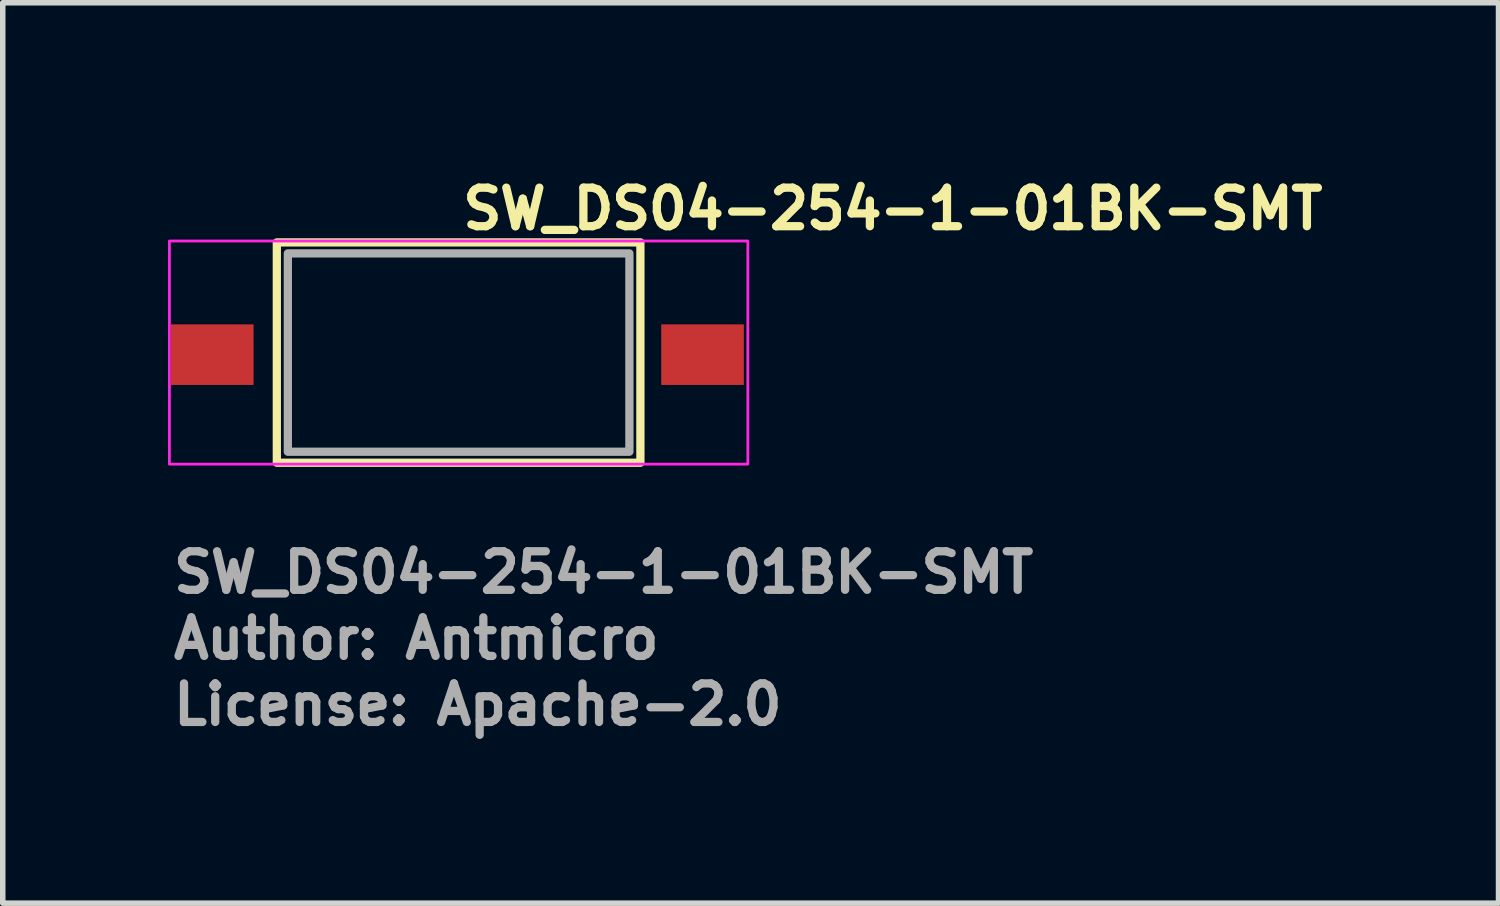
<source format=kicad_pcb>
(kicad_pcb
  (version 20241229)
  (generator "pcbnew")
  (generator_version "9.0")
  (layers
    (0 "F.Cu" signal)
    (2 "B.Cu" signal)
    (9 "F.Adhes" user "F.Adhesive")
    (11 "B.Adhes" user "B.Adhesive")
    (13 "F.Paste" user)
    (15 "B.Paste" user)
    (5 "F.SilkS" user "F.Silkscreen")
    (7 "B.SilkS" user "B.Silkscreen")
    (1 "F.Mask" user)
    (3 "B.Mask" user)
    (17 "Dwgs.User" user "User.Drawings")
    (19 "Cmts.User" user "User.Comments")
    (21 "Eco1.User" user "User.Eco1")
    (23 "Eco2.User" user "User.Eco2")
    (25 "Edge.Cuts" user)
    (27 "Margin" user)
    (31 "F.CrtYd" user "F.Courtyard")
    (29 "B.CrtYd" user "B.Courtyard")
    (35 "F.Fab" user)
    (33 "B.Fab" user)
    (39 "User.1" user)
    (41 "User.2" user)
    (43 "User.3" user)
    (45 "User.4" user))
  (footprint "SW_DS04-254-1-01BK-SMT"
    (layer "F.Cu")
    (at 5.275 3.35)
    (property "Reference" "SW_DS04-254-1-01BK-SMT" (at 0 -2.2 0) (layer "F.SilkS") (effects (font (size 0.7 0.7) (thickness 0.15)) (justify left bottom)))
    (attr smd)
    (fp_rect (start -3.3 -2) (end 3.3 2) (stroke (width 0.15) (type solid)) (fill no) (layer "F.SilkS"))
    (fp_rect (start -5.25 -2.025) (end 5.25 2.025) (stroke (width 0.05) (type solid)) (fill no) (layer "F.CrtYd"))
    (fp_rect (start -3.1 -1.8) (end 3.1 1.8) (stroke (width 0.15) (type solid)) (fill no) (layer "F.Fab"))
    (fp_rect (start -4.951 -1.77) (end 4.95 1.769) (stroke (width 0.1) (type solid)) (fill no) (layer "User.5"))
    (fp_line (start -4.951 -0.251) (end -4.951 0.249) (stroke (width 0.02) (type solid)) (layer "User.9"))
    (fp_line (start -4.951 -0.251) (end -4.295 -0.251) (stroke (width 0.02) (type solid)) (layer "User.9"))
    (fp_line (start -4.951 0.249) (end -4.295 0.249) (stroke (width 0.02) (type solid)) (layer "User.9"))
    (fp_line (start -4.295 -0.251) (end -4.16 -0.251) (stroke (width 0.02) (type solid)) (layer "User.9"))
    (fp_line (start -4.16 -0.251) (end -4.159 -0.251) (stroke (width 0.02) (type solid)) (layer "User.9"))
    (fp_line (start -4.16 -0.251) (end -4.158 -0.251) (stroke (width 0.02) (type solid)) (layer "User.9"))
    (fp_line (start -4.16 -0.251) (end -4.152 -0.251) (stroke (width 0.02) (type solid)) (layer "User.9"))
    (fp_line (start -4.16 0.249) (end -4.295 0.249) (stroke (width 0.02) (type solid)) (layer "User.9"))
    (fp_line (start -4.159 -0.251) (end -4.151 -0.251) (stroke (width 0.02) (type solid)) (layer "User.9"))
    (fp_line (start -4.158 -0.251) (end -4.159 -0.251) (stroke (width 0.02) (type solid)) (layer "User.9"))
    (fp_line (start -4.157 0.249) (end -4.161 0.249) (stroke (width 0.02) (type solid)) (layer "User.9"))
    (fp_line (start -4.152 -0.251) (end -4.145 -0.251) (stroke (width 0.02) (type solid)) (layer "User.9"))
    (fp_line (start -4.152 0.249) (end -4.157 0.249) (stroke (width 0.02) (type solid)) (layer "User.9"))
    (fp_line (start -4.151 -0.251) (end -4.144 -0.251) (stroke (width 0.02) (type solid)) (layer "User.9"))
    (fp_line (start -4.149 0.249) (end -4.152 0.249) (stroke (width 0.02) (type solid)) (layer "User.9"))
    (fp_line (start -4.145 -0.251) (end -4.139 -0.251) (stroke (width 0.02) (type solid)) (layer "User.9"))
    (fp_line (start -4.145 0.249) (end -4.149 0.249) (stroke (width 0.02) (type solid)) (layer "User.9"))
    (fp_line (start -4.144 -0.251) (end -4.138 -0.251) (stroke (width 0.02) (type solid)) (layer "User.9"))
    (fp_line (start -4.142 0.249) (end -4.145 0.249) (stroke (width 0.02) (type solid)) (layer "User.9"))
    (fp_line (start -4.139 -0.251) (end -4.136 -0.251) (stroke (width 0.02) (type solid)) (layer "User.9"))
    (fp_line (start -4.139 0.25) (end -4.142 0.249) (stroke (width 0.02) (type solid)) (layer "User.9"))
    (fp_line (start -4.138 -0.251) (end -4.135 -0.252) (stroke (width 0.02) (type solid)) (layer "User.9"))
    (fp_line (start -4.136 -0.251) (end -4.133 -0.252) (stroke (width 0.02) (type solid)) (layer "User.9"))
    (fp_line (start -4.136 0.25) (end -4.139 0.25) (stroke (width 0.02) (type solid)) (layer "User.9"))
    (fp_line (start -4.135 -0.252) (end -4.132 -0.252) (stroke (width 0.02) (type solid)) (layer "User.9"))
    (fp_line (start -4.133 -0.252) (end -4.13 -0.253) (stroke (width 0.02) (type solid)) (layer "User.9"))
    (fp_line (start -4.133 0.251) (end -4.136 0.25) (stroke (width 0.02) (type solid)) (layer "User.9"))
    (fp_line (start -4.132 -0.252) (end -4.129 -0.253) (stroke (width 0.02) (type solid)) (layer "User.9"))
    (fp_line (start -4.13 -0.253) (end -4.127 -0.254) (stroke (width 0.02) (type solid)) (layer "User.9"))
    (fp_line (start -4.13 0.252) (end -4.133 0.251) (stroke (width 0.02) (type solid)) (layer "User.9"))
    (fp_line (start -4.129 -0.253) (end -4.127 -0.254) (stroke (width 0.02) (type solid)) (layer "User.9"))
    (fp_line (start -4.127 -0.254) (end -4.125 -0.255) (stroke (width 0.02) (type solid)) (layer "User.9"))
    (fp_line (start -4.127 -0.254) (end -4.124 -0.255) (stroke (width 0.02) (type solid)) (layer "User.9"))
    (fp_line (start -4.127 0.253) (end -4.13 0.252) (stroke (width 0.02) (type solid)) (layer "User.9"))
    (fp_line (start -4.125 -0.255) (end -4.122 -0.256) (stroke (width 0.02) (type solid)) (layer "User.9"))
    (fp_line (start -4.125 0.254) (end -4.127 0.253) (stroke (width 0.02) (type solid)) (layer "User.9"))
    (fp_line (start -4.124 -0.255) (end -4.122 -0.256) (stroke (width 0.02) (type solid)) (layer "User.9"))
    (fp_line (start -4.122 -0.256) (end -4.121 -0.257) (stroke (width 0.02) (type solid)) (layer "User.9"))
    (fp_line (start -4.122 -0.256) (end -4.12 -0.257) (stroke (width 0.02) (type solid)) (layer "User.9"))
    (fp_line (start -4.122 0.255) (end -4.125 0.254) (stroke (width 0.02) (type solid)) (layer "User.9"))
    (fp_line (start -4.121 -0.257) (end -4.119 -0.258) (stroke (width 0.02) (type solid)) (layer "User.9"))
    (fp_line (start -4.121 0.256) (end -4.122 0.255) (stroke (width 0.02) (type solid)) (layer "User.9"))
    (fp_line (start -4.12 -0.257) (end -4.118 -0.258) (stroke (width 0.02) (type solid)) (layer "User.9"))
    (fp_line (start -4.119 -0.258) (end -4.116 -0.259) (stroke (width 0.02) (type solid)) (layer "User.9"))
    (fp_line (start -4.119 0.257) (end -4.121 0.256) (stroke (width 0.02) (type solid)) (layer "User.9"))
    (fp_line (start -4.118 -0.258) (end -4.116 -0.26) (stroke (width 0.02) (type solid)) (layer "User.9"))
    (fp_line (start -4.116 -0.26) (end -4.114 -0.261) (stroke (width 0.02) (type solid)) (layer "User.9"))
    (fp_line (start -4.116 -0.259) (end -4.114 -0.261) (stroke (width 0.02) (type solid)) (layer "User.9"))
    (fp_line (start -4.116 0.258) (end -4.119 0.257) (stroke (width 0.02) (type solid)) (layer "User.9"))
    (fp_line (start -4.114 -0.261) (end -4.112 -0.263) (stroke (width 0.02) (type solid)) (layer "User.9"))
    (fp_line (start -4.114 -0.261) (end -4.112 -0.262) (stroke (width 0.02) (type solid)) (layer "User.9"))
    (fp_line (start -4.114 0.26) (end -4.116 0.258) (stroke (width 0.02) (type solid)) (layer "User.9"))
    (fp_line (start -4.112 -0.263) (end -4.11 -0.264) (stroke (width 0.02) (type solid)) (layer "User.9"))
    (fp_line (start -4.112 -0.262) (end -4.111 -0.264) (stroke (width 0.02) (type solid)) (layer "User.9"))
    (fp_line (start -4.112 0.262) (end -4.114 0.26) (stroke (width 0.02) (type solid)) (layer "User.9"))
    (fp_line (start -4.111 -0.264) (end -4.109 -0.266) (stroke (width 0.02) (type solid)) (layer "User.9"))
    (fp_line (start -4.111 0.264) (end -4.112 0.262) (stroke (width 0.02) (type solid)) (layer "User.9"))
    (fp_line (start -4.11 -0.264) (end -4.109 -0.266) (stroke (width 0.02) (type solid)) (layer "User.9"))
    (fp_line (start -4.109 -0.266) (end -4.107 -0.268) (stroke (width 0.02) (type solid)) (layer "User.9"))
    (fp_line (start -4.109 -0.266) (end -4.107 -0.268) (stroke (width 0.02) (type solid)) (layer "User.9"))
    (fp_line (start -4.109 0.266) (end -4.111 0.264) (stroke (width 0.02) (type solid)) (layer "User.9"))
    (fp_line (start -4.107 -0.268) (end -4.106 -0.27) (stroke (width 0.02) (type solid)) (layer "User.9"))
    (fp_line (start -4.107 -0.268) (end -4.106 -0.27) (stroke (width 0.02) (type solid)) (layer "User.9"))
    (fp_line (start -4.107 0.268) (end -4.109 0.266) (stroke (width 0.02) (type solid)) (layer "User.9"))
    (fp_line (start -4.106 -0.27) (end -4.104 -0.272) (stroke (width 0.02) (type solid)) (layer "User.9"))
    (fp_line (start -4.106 -0.27) (end -4.104 -0.272) (stroke (width 0.02) (type solid)) (layer "User.9"))
    (fp_line (start -4.106 0.27) (end -4.107 0.268) (stroke (width 0.02) (type solid)) (layer "User.9"))
    (fp_line (start -4.104 -0.272) (end -4.103 -0.274) (stroke (width 0.02) (type solid)) (layer "User.9"))
    (fp_line (start -4.104 -0.272) (end -4.103 -0.274) (stroke (width 0.02) (type solid)) (layer "User.9"))
    (fp_line (start -4.104 0.272) (end -4.106 0.27) (stroke (width 0.02) (type solid)) (layer "User.9"))
    (fp_line (start -4.103 -0.274) (end -4.102 -0.277) (stroke (width 0.02) (type solid)) (layer "User.9"))
    (fp_line (start -4.103 -0.274) (end -4.102 -0.276) (stroke (width 0.02) (type solid)) (layer "User.9"))
    (fp_line (start -4.103 0.274) (end -4.104 0.272) (stroke (width 0.02) (type solid)) (layer "User.9"))
    (fp_line (start -4.102 -0.277) (end -4.101 -0.279) (stroke (width 0.02) (type solid)) (layer "User.9"))
    (fp_line (start -4.102 -0.276) (end -4.101 -0.279) (stroke (width 0.02) (type solid)) (layer "User.9"))
    (fp_line (start -4.102 0.276) (end -4.103 0.274) (stroke (width 0.02) (type solid)) (layer "User.9"))
    (fp_line (start -4.101 -0.279) (end -4.1 -0.282) (stroke (width 0.02) (type solid)) (layer "User.9"))
    (fp_line (start -4.101 -0.279) (end -4.1 -0.281) (stroke (width 0.02) (type solid)) (layer "User.9"))
    (fp_line (start -4.101 0.278) (end -4.102 0.276) (stroke (width 0.02) (type solid)) (layer "User.9"))
    (fp_line (start -4.1 -0.282) (end -4.099 -0.285) (stroke (width 0.02) (type solid)) (layer "User.9"))
    (fp_line (start -4.1 -0.281) (end -4.099 -0.285) (stroke (width 0.02) (type solid)) (layer "User.9"))
    (fp_line (start -4.1 0.28) (end -4.101 0.278) (stroke (width 0.02) (type solid)) (layer "User.9"))
    (fp_line (start -4.099 -0.285) (end -4.098 -0.288) (stroke (width 0.02) (type solid)) (layer "User.9"))
    (fp_line (start -4.099 -0.285) (end -4.098 -0.288) (stroke (width 0.02) (type solid)) (layer "User.9"))
    (fp_line (start -4.099 0.283) (end -4.1 0.28) (stroke (width 0.02) (type solid)) (layer "User.9"))
    (fp_line (start -4.098 -0.288) (end -4.097 -0.291) (stroke (width 0.02) (type solid)) (layer "User.9"))
    (fp_line (start -4.098 -0.288) (end -4.097 -0.291) (stroke (width 0.02) (type solid)) (layer "User.9"))
    (fp_line (start -4.098 0.286) (end -4.099 0.283) (stroke (width 0.02) (type solid)) (layer "User.9"))
    (fp_line (start -4.097 -0.294) (end -4.096 -0.3) (stroke (width 0.02) (type solid)) (layer "User.9"))
    (fp_line (start -4.097 -0.294) (end -4.096 -0.3) (stroke (width 0.02) (type solid)) (layer "User.9"))
    (fp_line (start -4.097 -0.291) (end -4.097 -0.294) (stroke (width 0.02) (type solid)) (layer "User.9"))
    (fp_line (start -4.097 -0.291) (end -4.097 -0.294) (stroke (width 0.02) (type solid)) (layer "User.9"))
    (fp_line (start -4.097 0.289) (end -4.098 0.286) (stroke (width 0.02) (type solid)) (layer "User.9"))
    (fp_line (start -4.097 0.292) (end -4.097 0.289) (stroke (width 0.02) (type solid)) (layer "User.9"))
    (fp_line (start -4.096 0.296) (end -4.097 0.292) (stroke (width 0.02) (type solid)) (layer "User.9"))
    (fp_line (start -4.096 0.299) (end -4.096 0.296) (stroke (width 0.02) (type solid)) (layer "User.9"))
    (fp_line (start -4.096 0.299) (end -4.095 0.31) (stroke (width 0.02) (type solid)) (layer "User.9"))
    (fp_line (start -4.095 -0.311) (end -4.096 -0.3) (stroke (width 0.02) (type solid)) (layer "User.9"))
    (fp_line (start -4.095 0.31) (end -4.094 0.323) (stroke (width 0.02) (type solid)) (layer "User.9"))
    (fp_line (start -4.094 -0.323) (end -4.095 -0.311) (stroke (width 0.02) (type solid)) (layer "User.9"))
    (fp_line (start -4.094 0.323) (end -4.093 0.335) (stroke (width 0.02) (type solid)) (layer "User.9"))
    (fp_line (start -4.093 -0.336) (end -4.094 -0.323) (stroke (width 0.02) (type solid)) (layer "User.9"))
    (fp_line (start -4.093 0.335) (end -4.092 0.349) (stroke (width 0.02) (type solid)) (layer "User.9"))
    (fp_line (start -4.092 -0.351) (end -4.093 -0.336) (stroke (width 0.02) (type solid)) (layer "User.9"))
    (fp_line (start -4.065 -0.771) (end -4.092 -0.351) (stroke (width 0.02) (type solid)) (layer "User.9"))
    (fp_line (start -4.065 -0.771) (end -3.968 -0.771) (stroke (width 0.02) (type solid)) (layer "User.9"))
    (fp_line (start -4.065 0.769) (end -4.092 0.349) (stroke (width 0.02) (type solid)) (layer "User.9"))
    (fp_line (start -4.065 0.769) (end -3.968 0.769) (stroke (width 0.02) (type solid)) (layer "User.9"))
    (fp_line (start -3.968 -0.771) (end -3.821 -0.771) (stroke (width 0.02) (type solid)) (layer "User.9"))
    (fp_line (start -3.821 -0.771) (end -3.821 -0.771) (stroke (width 0.02) (type solid)) (layer "User.9"))
    (fp_line (start -3.821 -0.771) (end -3.52 -0.771) (stroke (width 0.02) (type solid)) (layer "User.9"))
    (fp_line (start -3.821 0.769) (end -3.968 0.769) (stroke (width 0.02) (type solid)) (layer "User.9"))
    (fp_line (start -3.821 0.769) (end -3.821 0.769) (stroke (width 0.02) (type solid)) (layer "User.9"))
    (fp_line (start -3.52 -0.771) (end -3.1 -0.771) (stroke (width 0.02) (type solid)) (layer "User.9"))
    (fp_line (start -3.52 0.769) (end -3.821 0.769) (stroke (width 0.02) (type solid)) (layer "User.9"))
    (fp_line (start -3.52 0.769) (end -3.1 0.769) (stroke (width 0.02) (type solid)) (layer "User.9"))
    (fp_line (start -3.1 -1.77) (end -0.997 -1.77) (stroke (width 0.02) (type solid)) (layer "User.9"))
    (fp_line (start -3.1 1.769) (end -3.1 -1.77) (stroke (width 0.02) (type solid)) (layer "User.9"))
    (fp_line (start -1.831 -0.651) (end -1.55 -0.631) (stroke (width 0.02) (type solid)) (layer "User.9"))
    (fp_line (start -1.831 -0.651) (end 1.83 -0.651) (stroke (width 0.02) (type solid)) (layer "User.9"))
    (fp_line (start -1.831 0.649) (end -1.831 -0.651) (stroke (width 0.02) (type solid)) (layer "User.9"))
    (fp_line (start -1.831 0.649) (end -1.55 0.629) (stroke (width 0.02) (type solid)) (layer "User.9"))
    (fp_line (start -1.831 0.649) (end 1.83 0.649) (stroke (width 0.02) (type solid)) (layer "User.9"))
    (fp_line (start -1.55 -0.631) (end -1.55 0.629) (stroke (width 0.02) (type solid)) (layer "User.9"))
    (fp_line (start -1.55 -0.631) (end -1.001 -0.631) (stroke (width 0.02) (type solid)) (layer "User.9"))
    (fp_line (start -1.55 0.629) (end -1.001 0.629) (stroke (width 0.02) (type solid)) (layer "User.9"))
    (fp_line (start -1.001 -0.631) (end -1.001 -0.548) (stroke (width 0.02) (type solid)) (layer "User.9"))
    (fp_line (start -1.001 -0.548) (end -1.001 0.547) (stroke (width 0.02) (type solid)) (layer "User.9"))
    (fp_line (start -1.001 0.547) (end -1.001 0.629) (stroke (width 0.02) (type solid)) (layer "User.9"))
    (fp_line (start -1.001 0.547) (end 0.096 0.547) (stroke (width 0.02) (type solid)) (layer "User.9"))
    (fp_line (start -1.001 0.624) (end 1 0.624) (stroke (width 0.02) (type solid)) (layer "User.9"))
    (fp_line (start -0.997 -1.77) (end 0.995 -1.77) (stroke (width 0.02) (type solid)) (layer "User.9"))
    (fp_line (start -0.997 -1.27) (end -0.997 -1.77) (stroke (width 0.02) (type solid)) (layer "User.9"))
    (fp_line (start 0.096 -0.548) (end -1.001 -0.548) (stroke (width 0.02) (type solid)) (layer "User.9"))
    (fp_line (start 0.096 0.547) (end 0.096 -0.548) (stroke (width 0.02) (type solid)) (layer "User.9"))
    (fp_line (start 0.995 -1.77) (end 0.995 -1.27) (stroke (width 0.02) (type solid)) (layer "User.9"))
    (fp_line (start 0.995 -1.77) (end 3.099 -1.77) (stroke (width 0.02) (type solid)) (layer "User.9"))
    (fp_line (start 0.995 -1.27) (end -0.997 -1.27) (stroke (width 0.02) (type solid)) (layer "User.9"))
    (fp_line (start 1 -0.631) (end 1 0.629) (stroke (width 0.02) (type solid)) (layer "User.9"))
    (fp_line (start 1 -0.626) (end -1.001 -0.626) (stroke (width 0.02) (type solid)) (layer "User.9"))
    (fp_line (start 1.55 -0.631) (end 1 -0.631) (stroke (width 0.02) (type solid)) (layer "User.9"))
    (fp_line (start 1.55 -0.631) (end 1.55 0.629) (stroke (width 0.02) (type solid)) (layer "User.9"))
    (fp_line (start 1.55 -0.631) (end 1.83 -0.651) (stroke (width 0.02) (type solid)) (layer "User.9"))
    (fp_line (start 1.55 0.629) (end 1 0.629) (stroke (width 0.02) (type solid)) (layer "User.9"))
    (fp_line (start 1.55 0.629) (end 1.83 0.649) (stroke (width 0.02) (type solid)) (layer "User.9"))
    (fp_line (start 1.83 0.649) (end 1.83 -0.651) (stroke (width 0.02) (type solid)) (layer "User.9"))
    (fp_line (start 3.099 -1.77) (end 3.099 1.769) (stroke (width 0.02) (type solid)) (layer "User.9"))
    (fp_line (start 3.099 1.769) (end -3.1 1.769) (stroke (width 0.02) (type solid)) (layer "User.9"))
    (fp_line (start 3.519 -0.771) (end 3.099 -0.771) (stroke (width 0.02) (type solid)) (layer "User.9"))
    (fp_line (start 3.519 -0.771) (end 3.821 -0.771) (stroke (width 0.02) (type solid)) (layer "User.9"))
    (fp_line (start 3.519 0.769) (end 3.099 0.769) (stroke (width 0.02) (type solid)) (layer "User.9"))
    (fp_line (start 3.821 -0.771) (end 3.821 -0.771) (stroke (width 0.02) (type solid)) (layer "User.9"))
    (fp_line (start 3.821 -0.771) (end 3.967 -0.771) (stroke (width 0.02) (type solid)) (layer "User.9"))
    (fp_line (start 3.821 0.769) (end 3.519 0.769) (stroke (width 0.02) (type solid)) (layer "User.9"))
    (fp_line (start 3.821 0.769) (end 3.821 0.769) (stroke (width 0.02) (type solid)) (layer "User.9"))
    (fp_line (start 3.967 0.769) (end 3.821 0.769) (stroke (width 0.02) (type solid)) (layer "User.9"))
    (fp_line (start 4.066 -0.771) (end 3.967 -0.771) (stroke (width 0.02) (type solid)) (layer "User.9"))
    (fp_line (start 4.066 -0.771) (end 4.091 -0.351) (stroke (width 0.02) (type solid)) (layer "User.9"))
    (fp_line (start 4.066 0.769) (end 3.967 0.769) (stroke (width 0.02) (type solid)) (layer "User.9"))
    (fp_line (start 4.066 0.769) (end 4.091 0.349) (stroke (width 0.02) (type solid)) (layer "User.9"))
    (fp_line (start 4.091 -0.336) (end 4.091 -0.351) (stroke (width 0.02) (type solid)) (layer "User.9"))
    (fp_line (start 4.091 0.335) (end 4.092 0.323) (stroke (width 0.02) (type solid)) (layer "User.9"))
    (fp_line (start 4.091 0.349) (end 4.091 0.335) (stroke (width 0.02) (type solid)) (layer "User.9"))
    (fp_line (start 4.092 -0.323) (end 4.091 -0.336) (stroke (width 0.02) (type solid)) (layer "User.9"))
    (fp_line (start 4.092 0.323) (end 4.094 0.31) (stroke (width 0.02) (type solid)) (layer "User.9"))
    (fp_line (start 4.094 -0.311) (end 4.092 -0.323) (stroke (width 0.02) (type solid)) (layer "User.9"))
    (fp_line (start 4.094 0.31) (end 4.095 0.299) (stroke (width 0.02) (type solid)) (layer "User.9"))
    (fp_line (start 4.095 -0.3) (end 4.094 -0.311) (stroke (width 0.02) (type solid)) (layer "User.9"))
    (fp_line (start 4.095 -0.3) (end 4.095 -0.297) (stroke (width 0.02) (type solid)) (layer "User.9"))
    (fp_line (start 4.095 -0.297) (end 4.097 -0.294) (stroke (width 0.02) (type solid)) (layer "User.9"))
    (fp_line (start 4.097 -0.294) (end 4.097 -0.291) (stroke (width 0.02) (type solid)) (layer "User.9"))
    (fp_line (start 4.097 -0.291) (end 4.098 -0.288) (stroke (width 0.02) (type solid)) (layer "User.9"))
    (fp_line (start 4.097 0.289) (end 4.097 0.292) (stroke (width 0.02) (type solid)) (layer "User.9"))
    (fp_line (start 4.097 0.289) (end 4.097 0.292) (stroke (width 0.02) (type solid)) (layer "User.9"))
    (fp_line (start 4.097 0.292) (end 4.095 0.299) (stroke (width 0.02) (type solid)) (layer "User.9"))
    (fp_line (start 4.097 0.292) (end 4.095 0.299) (stroke (width 0.02) (type solid)) (layer "User.9"))
    (fp_line (start 4.098 -0.288) (end 4.098 -0.285) (stroke (width 0.02) (type solid)) (layer "User.9"))
    (fp_line (start 4.098 -0.285) (end 4.098 -0.281) (stroke (width 0.02) (type solid)) (layer "User.9"))
    (fp_line (start 4.098 -0.281) (end 4.1 -0.279) (stroke (width 0.02) (type solid)) (layer "User.9"))
    (fp_line (start 4.098 0.28) (end 4.098 0.283) (stroke (width 0.02) (type solid)) (layer "User.9"))
    (fp_line (start 4.098 0.281) (end 4.098 0.283) (stroke (width 0.02) (type solid)) (layer "User.9"))
    (fp_line (start 4.098 0.283) (end 4.098 0.286) (stroke (width 0.02) (type solid)) (layer "User.9"))
    (fp_line (start 4.098 0.283) (end 4.098 0.286) (stroke (width 0.02) (type solid)) (layer "User.9"))
    (fp_line (start 4.098 0.286) (end 4.097 0.289) (stroke (width 0.02) (type solid)) (layer "User.9"))
    (fp_line (start 4.098 0.286) (end 4.097 0.289) (stroke (width 0.02) (type solid)) (layer "User.9"))
    (fp_line (start 4.1 -0.279) (end 4.101 -0.276) (stroke (width 0.02) (type solid)) (layer "User.9"))
    (fp_line (start 4.1 0.278) (end 4.098 0.28) (stroke (width 0.02) (type solid)) (layer "User.9"))
    (fp_line (start 4.1 0.278) (end 4.098 0.281) (stroke (width 0.02) (type solid)) (layer "User.9"))
    (fp_line (start 4.101 -0.276) (end 4.103 -0.274) (stroke (width 0.02) (type solid)) (layer "User.9"))
    (fp_line (start 4.101 0.276) (end 4.1 0.278) (stroke (width 0.02) (type solid)) (layer "User.9"))
    (fp_line (start 4.101 0.277) (end 4.1 0.278) (stroke (width 0.02) (type solid)) (layer "User.9"))
    (fp_line (start 4.103 -0.274) (end 4.104 -0.272) (stroke (width 0.02) (type solid)) (layer "User.9"))
    (fp_line (start 4.103 0.274) (end 4.101 0.276) (stroke (width 0.02) (type solid)) (layer "User.9"))
    (fp_line (start 4.103 0.274) (end 4.101 0.277) (stroke (width 0.02) (type solid)) (layer "User.9"))
    (fp_line (start 4.104 -0.272) (end 4.104 -0.27) (stroke (width 0.02) (type solid)) (layer "User.9"))
    (fp_line (start 4.104 -0.27) (end 4.107 -0.268) (stroke (width 0.02) (type solid)) (layer "User.9"))
    (fp_line (start 4.104 0.27) (end 4.104 0.272) (stroke (width 0.02) (type solid)) (layer "User.9"))
    (fp_line (start 4.104 0.27) (end 4.104 0.272) (stroke (width 0.02) (type solid)) (layer "User.9"))
    (fp_line (start 4.104 0.272) (end 4.103 0.274) (stroke (width 0.02) (type solid)) (layer "User.9"))
    (fp_line (start 4.104 0.272) (end 4.103 0.274) (stroke (width 0.02) (type solid)) (layer "User.9"))
    (fp_line (start 4.107 -0.268) (end 4.108 -0.266) (stroke (width 0.02) (type solid)) (layer "User.9"))
    (fp_line (start 4.107 0.266) (end 4.107 0.268) (stroke (width 0.02) (type solid)) (layer "User.9"))
    (fp_line (start 4.107 0.268) (end 4.104 0.27) (stroke (width 0.02) (type solid)) (layer "User.9"))
    (fp_line (start 4.107 0.268) (end 4.104 0.27) (stroke (width 0.02) (type solid)) (layer "User.9"))
    (fp_line (start 4.108 -0.266) (end 4.11 -0.264) (stroke (width 0.02) (type solid)) (layer "User.9"))
    (fp_line (start 4.108 0.266) (end 4.107 0.268) (stroke (width 0.02) (type solid)) (layer "User.9"))
    (fp_line (start 4.11 -0.264) (end 4.111 -0.262) (stroke (width 0.02) (type solid)) (layer "User.9"))
    (fp_line (start 4.11 0.264) (end 4.107 0.266) (stroke (width 0.02) (type solid)) (layer "User.9"))
    (fp_line (start 4.11 0.264) (end 4.108 0.266) (stroke (width 0.02) (type solid)) (layer "User.9"))
    (fp_line (start 4.111 -0.262) (end 4.114 -0.261) (stroke (width 0.02) (type solid)) (layer "User.9"))
    (fp_line (start 4.111 0.262) (end 4.11 0.264) (stroke (width 0.02) (type solid)) (layer "User.9"))
    (fp_line (start 4.111 0.263) (end 4.11 0.264) (stroke (width 0.02) (type solid)) (layer "User.9"))
    (fp_line (start 4.114 -0.261) (end 4.116 -0.259) (stroke (width 0.02) (type solid)) (layer "User.9"))
    (fp_line (start 4.114 0.26) (end 4.111 0.262) (stroke (width 0.02) (type solid)) (layer "User.9"))
    (fp_line (start 4.114 0.26) (end 4.111 0.263) (stroke (width 0.02) (type solid)) (layer "User.9"))
    (fp_line (start 4.116 -0.259) (end 4.117 -0.258) (stroke (width 0.02) (type solid)) (layer "User.9"))
    (fp_line (start 4.116 0.258) (end 4.114 0.26) (stroke (width 0.02) (type solid)) (layer "User.9"))
    (fp_line (start 4.116 0.259) (end 4.114 0.26) (stroke (width 0.02) (type solid)) (layer "User.9"))
    (fp_line (start 4.117 -0.258) (end 4.12 -0.257) (stroke (width 0.02) (type solid)) (layer "User.9"))
    (fp_line (start 4.117 0.257) (end 4.116 0.258) (stroke (width 0.02) (type solid)) (layer "User.9"))
    (fp_line (start 4.117 0.257) (end 4.116 0.259) (stroke (width 0.02) (type solid)) (layer "User.9"))
    (fp_line (start 4.12 -0.257) (end 4.123 -0.256) (stroke (width 0.02) (type solid)) (layer "User.9"))
    (fp_line (start 4.12 0.256) (end 4.117 0.257) (stroke (width 0.02) (type solid)) (layer "User.9"))
    (fp_line (start 4.12 0.256) (end 4.117 0.257) (stroke (width 0.02) (type solid)) (layer "User.9"))
    (fp_line (start 4.121 0.255) (end 4.12 0.256) (stroke (width 0.02) (type solid)) (layer "User.9"))
    (fp_line (start 4.123 -0.256) (end 4.124 -0.255) (stroke (width 0.02) (type solid)) (layer "User.9"))
    (fp_line (start 4.123 0.255) (end 4.12 0.256) (stroke (width 0.02) (type solid)) (layer "User.9"))
    (fp_line (start 4.124 -0.255) (end 4.127 -0.254) (stroke (width 0.02) (type solid)) (layer "User.9"))
    (fp_line (start 4.124 0.254) (end 4.121 0.255) (stroke (width 0.02) (type solid)) (layer "User.9"))
    (fp_line (start 4.124 0.254) (end 4.123 0.255) (stroke (width 0.02) (type solid)) (layer "User.9"))
    (fp_line (start 4.127 -0.254) (end 4.13 -0.253) (stroke (width 0.02) (type solid)) (layer "User.9"))
    (fp_line (start 4.127 0.253) (end 4.124 0.254) (stroke (width 0.02) (type solid)) (layer "User.9"))
    (fp_line (start 4.127 0.253) (end 4.124 0.254) (stroke (width 0.02) (type solid)) (layer "User.9"))
    (fp_line (start 4.13 -0.253) (end 4.133 -0.252) (stroke (width 0.02) (type solid)) (layer "User.9"))
    (fp_line (start 4.13 0.252) (end 4.127 0.253) (stroke (width 0.02) (type solid)) (layer "User.9"))
    (fp_line (start 4.13 0.252) (end 4.127 0.253) (stroke (width 0.02) (type solid)) (layer "User.9"))
    (fp_line (start 4.133 -0.252) (end 4.136 -0.251) (stroke (width 0.02) (type solid)) (layer "User.9"))
    (fp_line (start 4.133 0.251) (end 4.13 0.252) (stroke (width 0.02) (type solid)) (layer "User.9"))
    (fp_line (start 4.133 0.251) (end 4.13 0.252) (stroke (width 0.02) (type solid)) (layer "User.9"))
    (fp_line (start 4.136 -0.251) (end 4.139 -0.251) (stroke (width 0.02) (type solid)) (layer "User.9"))
    (fp_line (start 4.136 0.25) (end 4.133 0.251) (stroke (width 0.02) (type solid)) (layer "User.9"))
    (fp_line (start 4.136 0.251) (end 4.133 0.251) (stroke (width 0.02) (type solid)) (layer "User.9"))
    (fp_line (start 4.139 -0.251) (end 4.143 -0.251) (stroke (width 0.02) (type solid)) (layer "User.9"))
    (fp_line (start 4.139 0.25) (end 4.136 0.25) (stroke (width 0.02) (type solid)) (layer "User.9"))
    (fp_line (start 4.139 0.25) (end 4.136 0.251) (stroke (width 0.02) (type solid)) (layer "User.9"))
    (fp_line (start 4.143 -0.251) (end 4.146 -0.251) (stroke (width 0.02) (type solid)) (layer "User.9"))
    (fp_line (start 4.145 0.249) (end 4.139 0.25) (stroke (width 0.02) (type solid)) (layer "User.9"))
    (fp_line (start 4.146 -0.251) (end 4.149 -0.251) (stroke (width 0.02) (type solid)) (layer "User.9"))
    (fp_line (start 4.146 0.249) (end 4.139 0.25) (stroke (width 0.02) (type solid)) (layer "User.9"))
    (fp_line (start 4.149 -0.251) (end 4.152 -0.251) (stroke (width 0.02) (type solid)) (layer "User.9"))
    (fp_line (start 4.15 0.249) (end 4.145 0.249) (stroke (width 0.02) (type solid)) (layer "User.9"))
    (fp_line (start 4.152 -0.251) (end 4.155 -0.251) (stroke (width 0.02) (type solid)) (layer "User.9"))
    (fp_line (start 4.152 0.249) (end 4.146 0.249) (stroke (width 0.02) (type solid)) (layer "User.9"))
    (fp_line (start 4.155 -0.251) (end 4.159 -0.251) (stroke (width 0.02) (type solid)) (layer "User.9"))
    (fp_line (start 4.158 0.249) (end 4.15 0.249) (stroke (width 0.02) (type solid)) (layer "User.9"))
    (fp_line (start 4.158 0.249) (end 4.159 0.249) (stroke (width 0.02) (type solid)) (layer "User.9"))
    (fp_line (start 4.159 -0.251) (end 4.294 -0.251) (stroke (width 0.02) (type solid)) (layer "User.9"))
    (fp_line (start 4.159 0.249) (end 4.152 0.249) (stroke (width 0.02) (type solid)) (layer "User.9"))
    (fp_line (start 4.159 0.249) (end 4.158 0.249) (stroke (width 0.02) (type solid)) (layer "User.9"))
    (fp_line (start 4.159 0.249) (end 4.158 0.249) (stroke (width 0.02) (type solid)) (layer "User.9"))
    (fp_line (start 4.294 0.249) (end 4.159 0.249) (stroke (width 0.02) (type solid)) (layer "User.9"))
    (fp_line (start 4.95 -0.251) (end 4.294 -0.251) (stroke (width 0.02) (type solid)) (layer "User.9"))
    (fp_line (start 4.95 0.249) (end 4.294 0.249) (stroke (width 0.02) (type solid)) (layer "User.9"))
    (fp_line (start 4.95 0.249) (end 4.95 -0.251) (stroke (width 0.02) (type solid)) (layer "User.9"))
    (fp_text user "License: Apache-2.0" (at -5.25 6.799 0) (layer "F.Fab") (effects (font (size 0.7 0.7) (thickness 0.15)) (justify left bottom)))
    (fp_text user "${REFERENCE}" (at -5.25 4.4 0) (layer "F.Fab") (effects (font (size 0.7 0.7) (thickness 0.15)) (justify left bottom)))
    (fp_text user "Author: Antmicro" (at -5.25 5.6 0) (layer "F.Fab") (effects (font (size 0.7 0.7) (thickness 0.15)) (justify left bottom)))
    (pad "1" smd rect (at -4.472 0.038) (size 1.5 1.1) (layers "F.Cu" "F.Mask" "F.Paste"))
    (pad "2" smd rect (at 4.428 0.038 180) (size 1.5 1.1) (layers "F.Cu" "F.Mask" "F.Paste")))
  (gr_rect
    (start -3 -3)
    (end 24.152 13.345)
    (stroke (width 0.1) (type default))
    (fill no)
    (layer "Edge.Cuts")))
</source>
